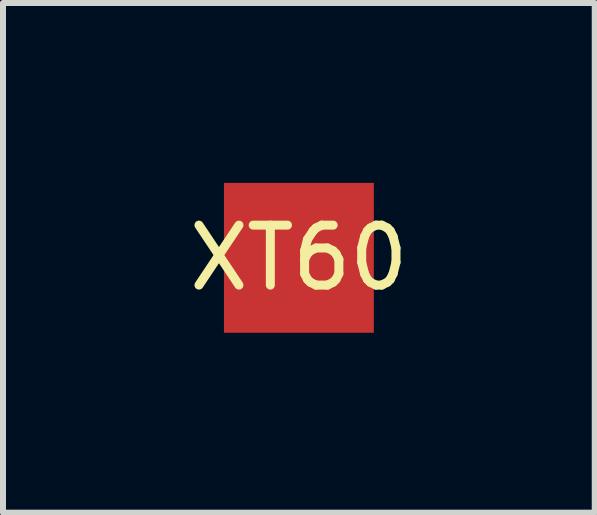
<source format=kicad_pcb>
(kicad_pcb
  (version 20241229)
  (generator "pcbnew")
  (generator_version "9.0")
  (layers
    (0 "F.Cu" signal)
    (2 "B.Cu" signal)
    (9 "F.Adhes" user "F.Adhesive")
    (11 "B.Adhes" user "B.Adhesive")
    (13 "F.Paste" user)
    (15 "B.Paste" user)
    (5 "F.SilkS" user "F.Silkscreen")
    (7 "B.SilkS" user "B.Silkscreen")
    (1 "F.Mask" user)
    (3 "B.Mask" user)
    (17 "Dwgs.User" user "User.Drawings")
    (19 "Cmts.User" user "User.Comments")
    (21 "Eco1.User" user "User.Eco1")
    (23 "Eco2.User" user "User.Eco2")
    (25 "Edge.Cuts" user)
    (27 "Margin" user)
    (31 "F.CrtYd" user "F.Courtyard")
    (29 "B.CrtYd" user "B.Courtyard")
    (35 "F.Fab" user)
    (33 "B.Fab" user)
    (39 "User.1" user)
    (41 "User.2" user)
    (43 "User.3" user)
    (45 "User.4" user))
  (footprint "XT60"
    (layer "F.Cu")
    (at 1.935 1.25)
    (property "Reference" "XT60" (at 0 0 0) (layer "F.SilkS") (effects (font (size 1 1) (thickness 0.15))))
    (attr through_hole)
    (pad "1" smd rect (at 0 0) (size 2.5 2.5) (layers "F.Cu" "F.Mask" "F.Paste")))
  (gr_rect
    (start -3 -3)
    (end 6.869 5.5)
    (stroke (width 0.1) (type default))
    (fill no)
    (layer "Edge.Cuts")))
</source>
